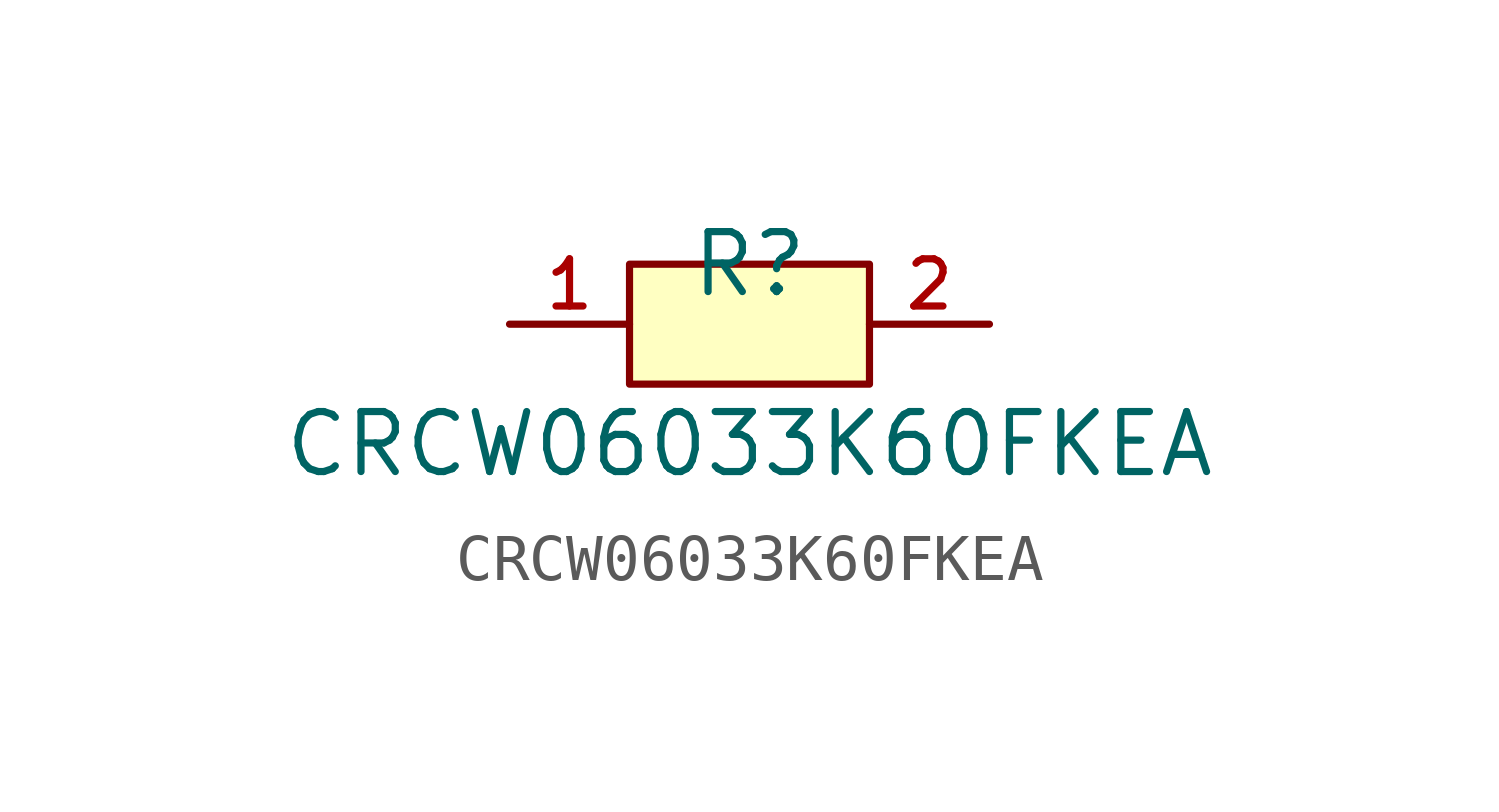
<source format=kicad_sym>
(kicad_symbol_lib
  (version 20210201)
  (generator TousstNicolas/JLC2KiCad_lib)
  (symbol "CRCW06033K60FKEA"
    (pin_names hide)
    (property "Reference" "R"
      (at 0 1.27 0)
      (effects (font (size 1.27 1.27))))
    (property "Value" "CRCW06033K60FKEA"
      (at 0 -2.54 0)
      (effects (font (size 1.27 1.27))))
    (symbol "CRCW06033K60FKEA_0_1"
      (rectangle (start -2.54 1.27) (end 2.54 -1.27) (stroke (width 0) (type default) (color 0 0 0 0)) (fill (type background)))
      (pin unspecified line (at 5.08 -0.0 180) (length 2.54) (name "2" (effects (font (size 1 1)))) (number "2" (effects (font (size 1 1)))))
      (pin unspecified line (at -5.08 -0.0 0) (length 2.54) (name "1" (effects (font (size 1 1)))) (number "1" (effects (font (size 1 1))))))))
</source>
